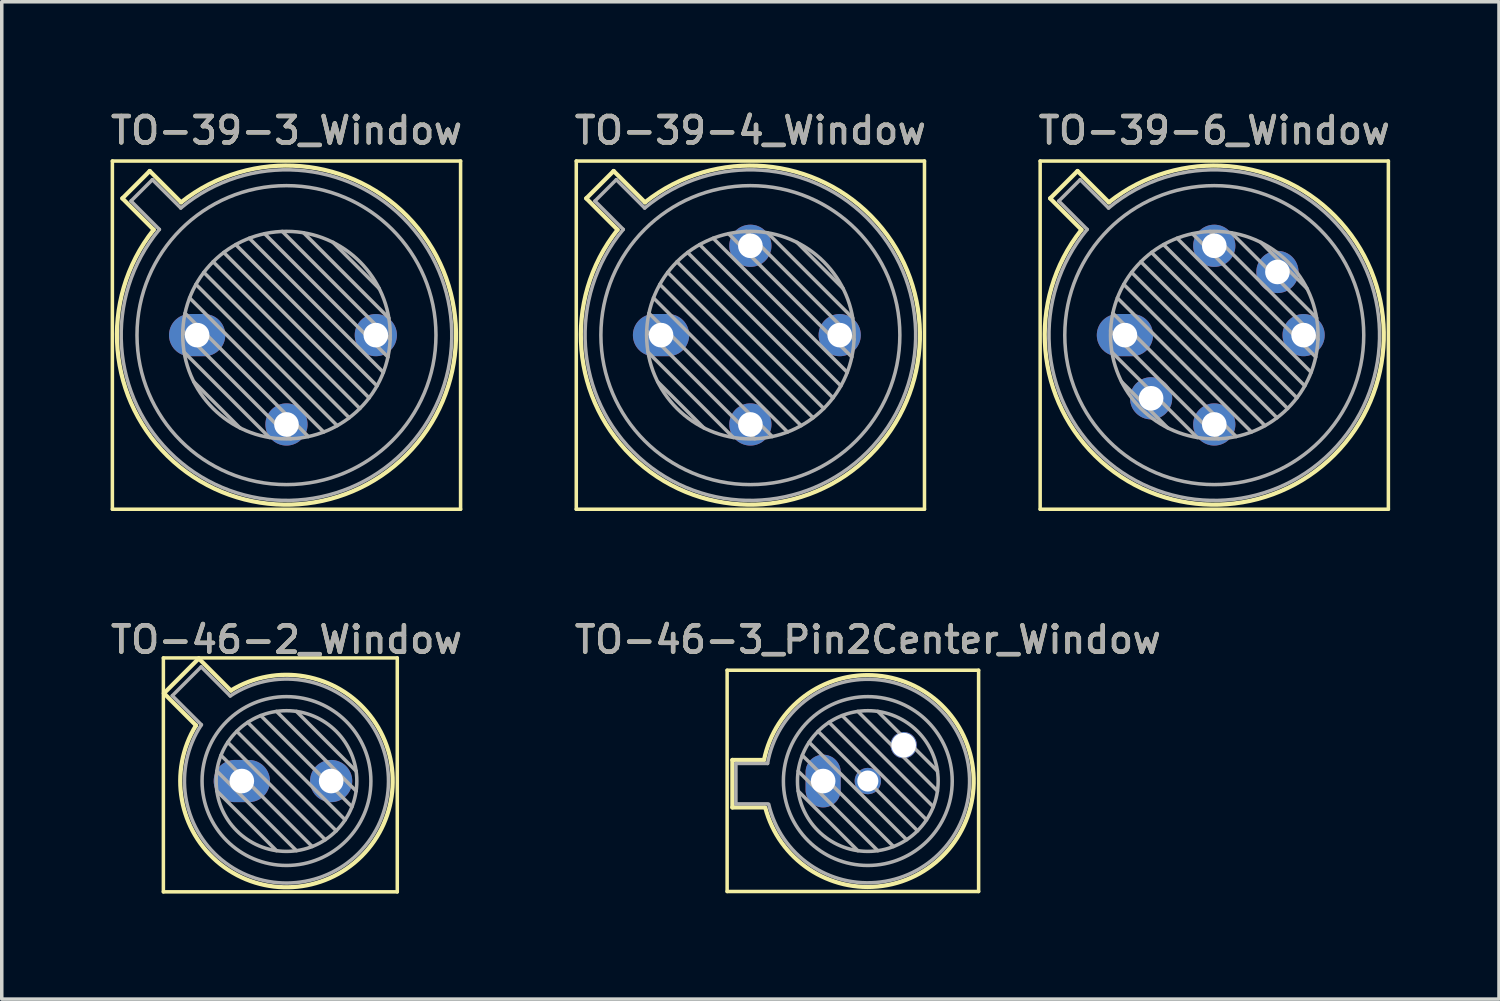
<source format=kicad_pcb>
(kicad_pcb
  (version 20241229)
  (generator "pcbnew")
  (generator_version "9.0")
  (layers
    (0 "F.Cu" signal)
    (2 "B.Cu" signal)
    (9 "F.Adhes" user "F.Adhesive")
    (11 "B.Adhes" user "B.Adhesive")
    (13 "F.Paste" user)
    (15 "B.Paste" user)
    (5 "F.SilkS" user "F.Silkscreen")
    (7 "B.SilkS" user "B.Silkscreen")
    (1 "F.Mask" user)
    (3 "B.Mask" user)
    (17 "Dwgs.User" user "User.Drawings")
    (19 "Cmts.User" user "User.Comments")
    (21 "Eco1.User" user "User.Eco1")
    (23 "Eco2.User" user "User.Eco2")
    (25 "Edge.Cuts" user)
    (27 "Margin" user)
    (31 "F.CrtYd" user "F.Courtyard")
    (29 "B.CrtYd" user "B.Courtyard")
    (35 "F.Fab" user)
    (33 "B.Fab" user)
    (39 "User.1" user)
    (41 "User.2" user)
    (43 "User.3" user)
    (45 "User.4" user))
  (footprint "TO-39-6_Window"
    (layer "F.Cu")
    (at 28.933 6.478)
    (property "Reference" "TO-39-6_Window" (at 2.54 -5.82 0) (layer "F.SilkS") (effects (font (size 0.75 0.75) (thickness 0.125))))
    (attr through_hole)
    (fp_line (start -2.41 -4.95) (end -2.41 4.95) (stroke (width 0.1) (type solid)) (layer "F.SilkS"))
    (fp_line (start -2.41 4.95) (end 7.49 4.95) (stroke (width 0.1) (type solid)) (layer "F.SilkS"))
    (fp_line (start -2.126 -3.888) (end -1.235 -2.997) (stroke (width 0.12) (type solid)) (layer "F.SilkS"))
    (fp_line (start -1.348 -4.666) (end -2.126 -3.888) (stroke (width 0.12) (type solid)) (layer "F.SilkS"))
    (fp_line (start -0.457 -3.775) (end -1.348 -4.666) (stroke (width 0.12) (type solid)) (layer "F.SilkS"))
    (fp_line (start 7.49 -4.95) (end -2.41 -4.95) (stroke (width 0.1) (type solid)) (layer "F.SilkS"))
    (fp_line (start 7.49 4.95) (end 7.49 -4.95) (stroke (width 0.1) (type solid)) (layer "F.SilkS"))
    (fp_arc (start -0.457084 -3.774902) (mid 5.948255 3.408255) (end -1.234902 -2.997084) (stroke (width 0.12) (type solid)) (layer "F.SilkS"))
    (fp_line (start -1.88 -3.812) (end -1.074 -3.005) (stroke (width 0.1) (type solid)) (layer "F.Fab"))
    (fp_line (start -1.272 -4.42) (end -1.88 -3.812) (stroke (width 0.1) (type solid)) (layer "F.Fab"))
    (fp_line (start -0.465 -3.614) (end -1.272 -4.42) (stroke (width 0.1) (type solid)) (layer "F.Fab"))
    (fp_line (start -0.408 -0.12) (end 2.66 2.948) (stroke (width 0.1) (type solid)) (layer "F.Fab"))
    (fp_line (start -0.371 0.485) (end 2.055 2.911) (stroke (width 0.1) (type solid)) (layer "F.Fab"))
    (fp_line (start -0.344 -0.622) (end 3.162 2.884) (stroke (width 0.1) (type solid)) (layer "F.Fab"))
    (fp_line (start -0.215 -1.058) (end 3.598 2.755) (stroke (width 0.1) (type solid)) (layer "F.Fab"))
    (fp_line (start -0.097 1.324) (end 1.216 2.637) (stroke (width 0.1) (type solid)) (layer "F.Fab"))
    (fp_line (start -0.034 -1.443) (end 3.983 2.574) (stroke (width 0.1) (type solid)) (layer "F.Fab"))
    (fp_line (start 0.19 -1.784) (end 4.324 2.35) (stroke (width 0.1) (type solid)) (layer "F.Fab"))
    (fp_line (start 0.454 -2.086) (end 4.626 2.086) (stroke (width 0.1) (type solid)) (layer "F.Fab"))
    (fp_line (start 0.756 -2.35) (end 4.89 1.784) (stroke (width 0.1) (type solid)) (layer "F.Fab"))
    (fp_line (start 1.097 -2.574) (end 5.114 1.443) (stroke (width 0.1) (type solid)) (layer "F.Fab"))
    (fp_line (start 1.482 -2.755) (end 5.295 1.058) (stroke (width 0.1) (type solid)) (layer "F.Fab"))
    (fp_line (start 1.918 -2.884) (end 5.424 0.622) (stroke (width 0.1) (type solid)) (layer "F.Fab"))
    (fp_line (start 2.42 -2.948) (end 5.488 0.12) (stroke (width 0.1) (type solid)) (layer "F.Fab"))
    (fp_line (start 3.025 -2.911) (end 5.451 -0.485) (stroke (width 0.1) (type solid)) (layer "F.Fab"))
    (fp_line (start 3.864 -2.637) (end 5.177 -1.324) (stroke (width 0.1) (type solid)) (layer "F.Fab"))
    (fp_arc (start -0.465408 -3.61352) (mid 5.863402 3.323402) (end -1.07352 -3.005408) (stroke (width 0.1) (type solid)) (layer "F.Fab"))
    (fp_circle (center 2.54 0) (end 5.49 0) (stroke (width 0.1) (type solid)) (fill no) (layer "F.Fab"))
    (fp_circle (center 2.54 0) (end 6.79 0) (stroke (width 0.1) (type solid)) (fill no) (layer "F.Fab"))
    (fp_text user "${REFERENCE}" (at 2.54 -5.82 0) (layer "F.Fab") (effects (font (size 0.75 0.75) (thickness 0.125))))
    (pad "1" thru_hole oval (at 0 0) (size 1.6 1.2) (drill 0.7) (layers "*.Cu" "*.Mask"))
    (pad "2" thru_hole circle (at 0.744 1.796) (size 1.2 1.2) (drill 0.7) (layers "*.Cu" "*.Mask"))
    (pad "3" thru_hole circle (at 2.54 2.54) (size 1.2 1.2) (drill 0.7) (layers "*.Cu" "*.Mask"))
    (pad "4" thru_hole circle (at 5.08 0) (size 1.2 1.2) (drill 0.7) (layers "*.Cu" "*.Mask"))
    (pad "5" thru_hole circle (at 4.336 -1.796) (size 1.2 1.2) (drill 0.7) (layers "*.Cu" "*.Mask"))
    (pad "6" thru_hole circle (at 2.54 -2.54) (size 1.2 1.2) (drill 0.7) (layers "*.Cu" "*.Mask")))
  (footprint "TO-46-2_Window"
    (layer "F.Cu")
    (at 3.825 19.156)
    (property "Reference" "TO-46-2_Window" (at 1.27 -4.02 0) (layer "F.SilkS") (effects (font (size 0.75 0.75) (thickness 0.125))))
    (attr through_hole)
    (fp_line (start -2.23 -3.5) (end -2.23 3.15) (stroke (width 0.1) (type solid)) (layer "F.SilkS"))
    (fp_line (start -2.23 3.15) (end 4.42 3.15) (stroke (width 0.1) (type solid)) (layer "F.SilkS"))
    (fp_line (start -2.214 -2.494) (end -1.302 -1.582) (stroke (width 0.12) (type solid)) (layer "F.SilkS"))
    (fp_line (start -1.224 -3.484) (end -2.214 -2.494) (stroke (width 0.12) (type solid)) (layer "F.SilkS"))
    (fp_line (start -0.312 -2.572) (end -1.224 -3.484) (stroke (width 0.12) (type solid)) (layer "F.SilkS"))
    (fp_line (start 4.42 -3.5) (end -2.23 -3.5) (stroke (width 0.1) (type solid)) (layer "F.SilkS"))
    (fp_line (start 4.42 3.15) (end 4.42 -3.5) (stroke (width 0.1) (type solid)) (layer "F.SilkS"))
    (fp_arc (start -0.312331 -2.572281) (mid 3.405462 2.135462) (end -1.302281 -1.582331) (stroke (width 0.12) (type solid)) (layer "F.SilkS"))
    (fp_line (start -1.977 -2.426) (end -1.149 -1.599) (stroke (width 0.1) (type solid)) (layer "F.Fab"))
    (fp_line (start -1.156 -3.247) (end -1.977 -2.426) (stroke (width 0.1) (type solid)) (layer "F.Fab"))
    (fp_line (start -0.71 -0.283) (end 1.553 1.98) (stroke (width 0.1) (type solid)) (layer "F.Fab"))
    (fp_line (start -0.71 0.283) (end 0.987 1.98) (stroke (width 0.1) (type solid)) (layer "F.Fab"))
    (fp_line (start -0.592 -0.731) (end 2.001 1.862) (stroke (width 0.1) (type solid)) (layer "F.Fab"))
    (fp_line (start -0.399 -1.103) (end 2.373 1.669) (stroke (width 0.1) (type solid)) (layer "F.Fab"))
    (fp_line (start -0.329 -2.419) (end -1.156 -3.247) (stroke (width 0.1) (type solid)) (layer "F.Fab"))
    (fp_line (start -0.145 -1.415) (end 2.685 1.415) (stroke (width 0.1) (type solid)) (layer "F.Fab"))
    (fp_line (start 0.167 -1.669) (end 2.939 1.103) (stroke (width 0.1) (type solid)) (layer "F.Fab"))
    (fp_line (start 0.539 -1.862) (end 3.132 0.731) (stroke (width 0.1) (type solid)) (layer "F.Fab"))
    (fp_line (start 0.987 -1.98) (end 3.25 0.283) (stroke (width 0.1) (type solid)) (layer "F.Fab"))
    (fp_line (start 1.553 -1.98) (end 3.25 -0.283) (stroke (width 0.1) (type solid)) (layer "F.Fab"))
    (fp_arc (start -0.329057 -2.419301) (mid 3.32061 2.05061) (end -1.149301 -1.599057) (stroke (width 0.1) (type solid)) (layer "F.Fab"))
    (fp_circle (center 1.27 0) (end 3.27 0) (stroke (width 0.1) (type solid)) (fill no) (layer "F.Fab"))
    (fp_circle (center 1.27 0) (end 3.67 0) (stroke (width 0.1) (type solid)) (fill no) (layer "F.Fab"))
    (fp_text user "${REFERENCE}" (at 1.27 -4.02 0) (layer "F.Fab") (effects (font (size 0.75 0.75) (thickness 0.125))))
    (pad "1" thru_hole oval (at 0 0) (size 1.6 1.2) (drill 0.7) (layers "*.Cu" "*.Mask"))
    (pad "2" thru_hole circle (at 2.54 0) (size 1.2 1.2) (drill 0.7) (layers "*.Cu" "*.Mask")))
  (footprint "TO-46-3_Pin2Center_Window"
    (layer "F.Cu")
    (at 20.353 19.156)
    (property "Reference" "TO-46-3_Pin2Center_Window" (at 1.27 -4.02 0) (layer "F.SilkS") (effects (font (size 0.75 0.75) (thickness 0.125))))
    (attr through_hole)
    (fp_line (start -2.73 -3.15) (end -2.73 3.14) (stroke (width 0.1) (type solid)) (layer "F.SilkS"))
    (fp_line (start -2.73 -3.15) (end 4.42 -3.15) (stroke (width 0.1) (type solid)) (layer "F.SilkS"))
    (fp_line (start -2.58 -0.6) (end -2.58 0.75) (stroke (width 0.12) (type solid)) (layer "F.SilkS"))
    (fp_line (start -2.58 0.75) (end -1.68 0.75) (stroke (width 0.12) (type solid)) (layer "F.SilkS"))
    (fp_line (start -1.68 -0.6) (end -2.58 -0.6) (stroke (width 0.12) (type solid)) (layer "F.SilkS"))
    (fp_line (start 4.42 3.14) (end -2.73 3.14) (stroke (width 0.1) (type solid)) (layer "F.SilkS"))
    (fp_line (start 4.42 3.14) (end 4.42 -3.15) (stroke (width 0.1) (type solid)) (layer "F.SilkS"))
    (fp_arc (start -1.68 -0.6) (mid 4.279362 -0.078983) (end -1.644465 0.753918) (stroke (width 0.12) (type solid)) (layer "F.SilkS"))
    (fp_line (start -2.48 -0.5) (end -2.48 0.65) (stroke (width 0.1) (type solid)) (layer "F.Fab"))
    (fp_line (start -2.48 0.65) (end -1.58 0.65) (stroke (width 0.1) (type solid)) (layer "F.Fab"))
    (fp_line (start -1.58 -0.5) (end -2.48 -0.5) (stroke (width 0.1) (type solid)) (layer "F.Fab"))
    (fp_line (start -0.71 -0.283) (end 1.553 1.98) (stroke (width 0.1) (type solid)) (layer "F.Fab"))
    (fp_line (start -0.71 0.283) (end 0.987 1.98) (stroke (width 0.1) (type solid)) (layer "F.Fab"))
    (fp_line (start -0.592 -0.731) (end 2.001 1.862) (stroke (width 0.1) (type solid)) (layer "F.Fab"))
    (fp_line (start -0.399 -1.103) (end 2.373 1.669) (stroke (width 0.1) (type solid)) (layer "F.Fab"))
    (fp_line (start -0.145 -1.415) (end 2.685 1.415) (stroke (width 0.1) (type solid)) (layer "F.Fab"))
    (fp_line (start 0.167 -1.669) (end 2.939 1.103) (stroke (width 0.1) (type solid)) (layer "F.Fab"))
    (fp_line (start 0.539 -1.862) (end 3.132 0.731) (stroke (width 0.1) (type solid)) (layer "F.Fab"))
    (fp_line (start 0.987 -1.98) (end 3.25 0.283) (stroke (width 0.1) (type solid)) (layer "F.Fab"))
    (fp_line (start 1.553 -1.98) (end 3.25 -0.283) (stroke (width 0.1) (type solid)) (layer "F.Fab"))
    (fp_arc (start -1.58 -0.5) (mid 4.1624 -0.08076) (end -1.54766 0.65825) (stroke (width 0.1) (type solid)) (layer "F.Fab"))
    (fp_circle (center 1.27 0) (end 3.27 0) (stroke (width 0.1) (type solid)) (fill no) (layer "F.Fab"))
    (fp_circle (center 1.27 0) (end 3.67 0) (stroke (width 0.1) (type solid)) (fill no) (layer "F.Fab"))
    (fp_text user "${REFERENCE}" (at 1.27 -4.02 0) (layer "F.Fab") (effects (font (size 0.75 0.75) (thickness 0.125))))
    (pad "1" thru_hole oval (at 0 0 90) (size 1.5 1) (drill 0.7) (layers "*.Cu" "*.Mask"))
    (pad "2" thru_hole oval (at 1.27 0) (size 0.75 0.75) (drill 0.6) (layers "*.Cu" "*.Mask"))
    (pad "3" thru_hole oval (at 2.29 -1.02 90) (size 0.75 0.75) (drill 0.7) (layers "*.Cu" "*.Mask")))
  (footprint "TO-39-4_Window"
    (layer "F.Cu")
    (at 15.744 6.478)
    (property "Reference" "TO-39-4_Window" (at 2.54 -5.82 0) (layer "F.SilkS") (effects (font (size 0.75 0.75) (thickness 0.125))))
    (attr through_hole)
    (fp_line (start -2.41 -4.95) (end -2.41 4.95) (stroke (width 0.1) (type solid)) (layer "F.SilkS"))
    (fp_line (start -2.41 4.95) (end 7.49 4.95) (stroke (width 0.1) (type solid)) (layer "F.SilkS"))
    (fp_line (start -2.126 -3.888) (end -1.235 -2.997) (stroke (width 0.12) (type solid)) (layer "F.SilkS"))
    (fp_line (start -1.348 -4.666) (end -2.126 -3.888) (stroke (width 0.12) (type solid)) (layer "F.SilkS"))
    (fp_line (start -0.457 -3.775) (end -1.348 -4.666) (stroke (width 0.12) (type solid)) (layer "F.SilkS"))
    (fp_line (start 7.49 -4.95) (end -2.41 -4.95) (stroke (width 0.1) (type solid)) (layer "F.SilkS"))
    (fp_line (start 7.49 4.95) (end 7.49 -4.95) (stroke (width 0.1) (type solid)) (layer "F.SilkS"))
    (fp_arc (start -0.457084 -3.774902) (mid 5.948255 3.408255) (end -1.234902 -2.997084) (stroke (width 0.12) (type solid)) (layer "F.SilkS"))
    (fp_line (start -1.88 -3.812) (end -1.074 -3.005) (stroke (width 0.1) (type solid)) (layer "F.Fab"))
    (fp_line (start -1.272 -4.42) (end -1.88 -3.812) (stroke (width 0.1) (type solid)) (layer "F.Fab"))
    (fp_line (start -0.465 -3.614) (end -1.272 -4.42) (stroke (width 0.1) (type solid)) (layer "F.Fab"))
    (fp_line (start -0.408 -0.12) (end 2.66 2.948) (stroke (width 0.1) (type solid)) (layer "F.Fab"))
    (fp_line (start -0.371 0.485) (end 2.055 2.911) (stroke (width 0.1) (type solid)) (layer "F.Fab"))
    (fp_line (start -0.344 -0.622) (end 3.162 2.884) (stroke (width 0.1) (type solid)) (layer "F.Fab"))
    (fp_line (start -0.215 -1.058) (end 3.598 2.755) (stroke (width 0.1) (type solid)) (layer "F.Fab"))
    (fp_line (start -0.097 1.324) (end 1.216 2.637) (stroke (width 0.1) (type solid)) (layer "F.Fab"))
    (fp_line (start -0.034 -1.443) (end 3.983 2.574) (stroke (width 0.1) (type solid)) (layer "F.Fab"))
    (fp_line (start 0.19 -1.784) (end 4.324 2.35) (stroke (width 0.1) (type solid)) (layer "F.Fab"))
    (fp_line (start 0.454 -2.086) (end 4.626 2.086) (stroke (width 0.1) (type solid)) (layer "F.Fab"))
    (fp_line (start 0.756 -2.35) (end 4.89 1.784) (stroke (width 0.1) (type solid)) (layer "F.Fab"))
    (fp_line (start 1.097 -2.574) (end 5.114 1.443) (stroke (width 0.1) (type solid)) (layer "F.Fab"))
    (fp_line (start 1.482 -2.755) (end 5.295 1.058) (stroke (width 0.1) (type solid)) (layer "F.Fab"))
    (fp_line (start 1.918 -2.884) (end 5.424 0.622) (stroke (width 0.1) (type solid)) (layer "F.Fab"))
    (fp_line (start 2.42 -2.948) (end 5.488 0.12) (stroke (width 0.1) (type solid)) (layer "F.Fab"))
    (fp_line (start 3.025 -2.911) (end 5.451 -0.485) (stroke (width 0.1) (type solid)) (layer "F.Fab"))
    (fp_line (start 3.864 -2.637) (end 5.177 -1.324) (stroke (width 0.1) (type solid)) (layer "F.Fab"))
    (fp_arc (start -0.465408 -3.61352) (mid 5.863402 3.323402) (end -1.07352 -3.005408) (stroke (width 0.1) (type solid)) (layer "F.Fab"))
    (fp_circle (center 2.54 0) (end 5.49 0) (stroke (width 0.1) (type solid)) (fill no) (layer "F.Fab"))
    (fp_circle (center 2.54 0) (end 6.79 0) (stroke (width 0.1) (type solid)) (fill no) (layer "F.Fab"))
    (fp_text user "${REFERENCE}" (at 2.54 -5.82 0) (layer "F.Fab") (effects (font (size 0.75 0.75) (thickness 0.125))))
    (pad "1" thru_hole oval (at 0 0) (size 1.6 1.2) (drill 0.7) (layers "*.Cu" "*.Mask"))
    (pad "2" thru_hole circle (at 2.54 2.54) (size 1.2 1.2) (drill 0.7) (layers "*.Cu" "*.Mask"))
    (pad "3" thru_hole circle (at 5.08 0) (size 1.2 1.2) (drill 0.7) (layers "*.Cu" "*.Mask"))
    (pad "4" thru_hole circle (at 2.54 -2.54) (size 1.2 1.2) (drill 0.7) (layers "*.Cu" "*.Mask")))
  (footprint "TO-39-3_Window"
    (layer "F.Cu")
    (at 2.555 6.478)
    (property "Reference" "TO-39-3_Window" (at 2.54 -5.82 0) (layer "F.SilkS") (effects (font (size 0.75 0.75) (thickness 0.125))))
    (attr through_hole)
    (fp_line (start -2.41 -4.95) (end -2.41 4.95) (stroke (width 0.1) (type solid)) (layer "F.SilkS"))
    (fp_line (start -2.41 4.95) (end 7.49 4.95) (stroke (width 0.1) (type solid)) (layer "F.SilkS"))
    (fp_line (start -2.126 -3.888) (end -1.235 -2.997) (stroke (width 0.12) (type solid)) (layer "F.SilkS"))
    (fp_line (start -1.348 -4.666) (end -2.126 -3.888) (stroke (width 0.12) (type solid)) (layer "F.SilkS"))
    (fp_line (start -0.457 -3.775) (end -1.348 -4.666) (stroke (width 0.12) (type solid)) (layer "F.SilkS"))
    (fp_line (start 7.49 -4.95) (end -2.41 -4.95) (stroke (width 0.1) (type solid)) (layer "F.SilkS"))
    (fp_line (start 7.49 4.95) (end 7.49 -4.95) (stroke (width 0.1) (type solid)) (layer "F.SilkS"))
    (fp_arc (start -0.457084 -3.774902) (mid 5.948255 3.408255) (end -1.234902 -2.997084) (stroke (width 0.12) (type solid)) (layer "F.SilkS"))
    (fp_line (start -1.88 -3.812) (end -1.074 -3.005) (stroke (width 0.1) (type solid)) (layer "F.Fab"))
    (fp_line (start -1.272 -4.42) (end -1.88 -3.812) (stroke (width 0.1) (type solid)) (layer "F.Fab"))
    (fp_line (start -0.465 -3.614) (end -1.272 -4.42) (stroke (width 0.1) (type solid)) (layer "F.Fab"))
    (fp_line (start -0.408 -0.12) (end 2.66 2.948) (stroke (width 0.1) (type solid)) (layer "F.Fab"))
    (fp_line (start -0.371 0.485) (end 2.055 2.911) (stroke (width 0.1) (type solid)) (layer "F.Fab"))
    (fp_line (start -0.344 -0.622) (end 3.162 2.884) (stroke (width 0.1) (type solid)) (layer "F.Fab"))
    (fp_line (start -0.215 -1.058) (end 3.598 2.755) (stroke (width 0.1) (type solid)) (layer "F.Fab"))
    (fp_line (start -0.097 1.324) (end 1.216 2.637) (stroke (width 0.1) (type solid)) (layer "F.Fab"))
    (fp_line (start -0.034 -1.443) (end 3.983 2.574) (stroke (width 0.1) (type solid)) (layer "F.Fab"))
    (fp_line (start 0.19 -1.784) (end 4.324 2.35) (stroke (width 0.1) (type solid)) (layer "F.Fab"))
    (fp_line (start 0.454 -2.086) (end 4.626 2.086) (stroke (width 0.1) (type solid)) (layer "F.Fab"))
    (fp_line (start 0.756 -2.35) (end 4.89 1.784) (stroke (width 0.1) (type solid)) (layer "F.Fab"))
    (fp_line (start 1.097 -2.574) (end 5.114 1.443) (stroke (width 0.1) (type solid)) (layer "F.Fab"))
    (fp_line (start 1.482 -2.755) (end 5.295 1.058) (stroke (width 0.1) (type solid)) (layer "F.Fab"))
    (fp_line (start 1.918 -2.884) (end 5.424 0.622) (stroke (width 0.1) (type solid)) (layer "F.Fab"))
    (fp_line (start 2.42 -2.948) (end 5.488 0.12) (stroke (width 0.1) (type solid)) (layer "F.Fab"))
    (fp_line (start 3.025 -2.911) (end 5.451 -0.485) (stroke (width 0.1) (type solid)) (layer "F.Fab"))
    (fp_line (start 3.864 -2.637) (end 5.177 -1.324) (stroke (width 0.1) (type solid)) (layer "F.Fab"))
    (fp_arc (start -0.465408 -3.61352) (mid 5.863402 3.323402) (end -1.07352 -3.005408) (stroke (width 0.1) (type solid)) (layer "F.Fab"))
    (fp_circle (center 2.54 0) (end 5.49 0) (stroke (width 0.1) (type solid)) (fill no) (layer "F.Fab"))
    (fp_circle (center 2.54 0) (end 6.79 0) (stroke (width 0.1) (type solid)) (fill no) (layer "F.Fab"))
    (fp_text user "${REFERENCE}" (at 2.54 -5.82 0) (layer "F.Fab") (effects (font (size 0.75 0.75) (thickness 0.125))))
    (pad "1" thru_hole oval (at 0 0) (size 1.6 1.2) (drill 0.7) (layers "*.Cu" "*.Mask"))
    (pad "2" thru_hole circle (at 2.54 2.54) (size 1.2 1.2) (drill 0.7) (layers "*.Cu" "*.Mask"))
    (pad "3" thru_hole circle (at 5.08 0) (size 1.2 1.2) (drill 0.7) (layers "*.Cu" "*.Mask")))
  (gr_rect
    (start -3 -3)
    (end 39.568 25.356)
    (stroke (width 0.1) (type default))
    (fill no)
    (layer "Edge.Cuts")))
</source>
